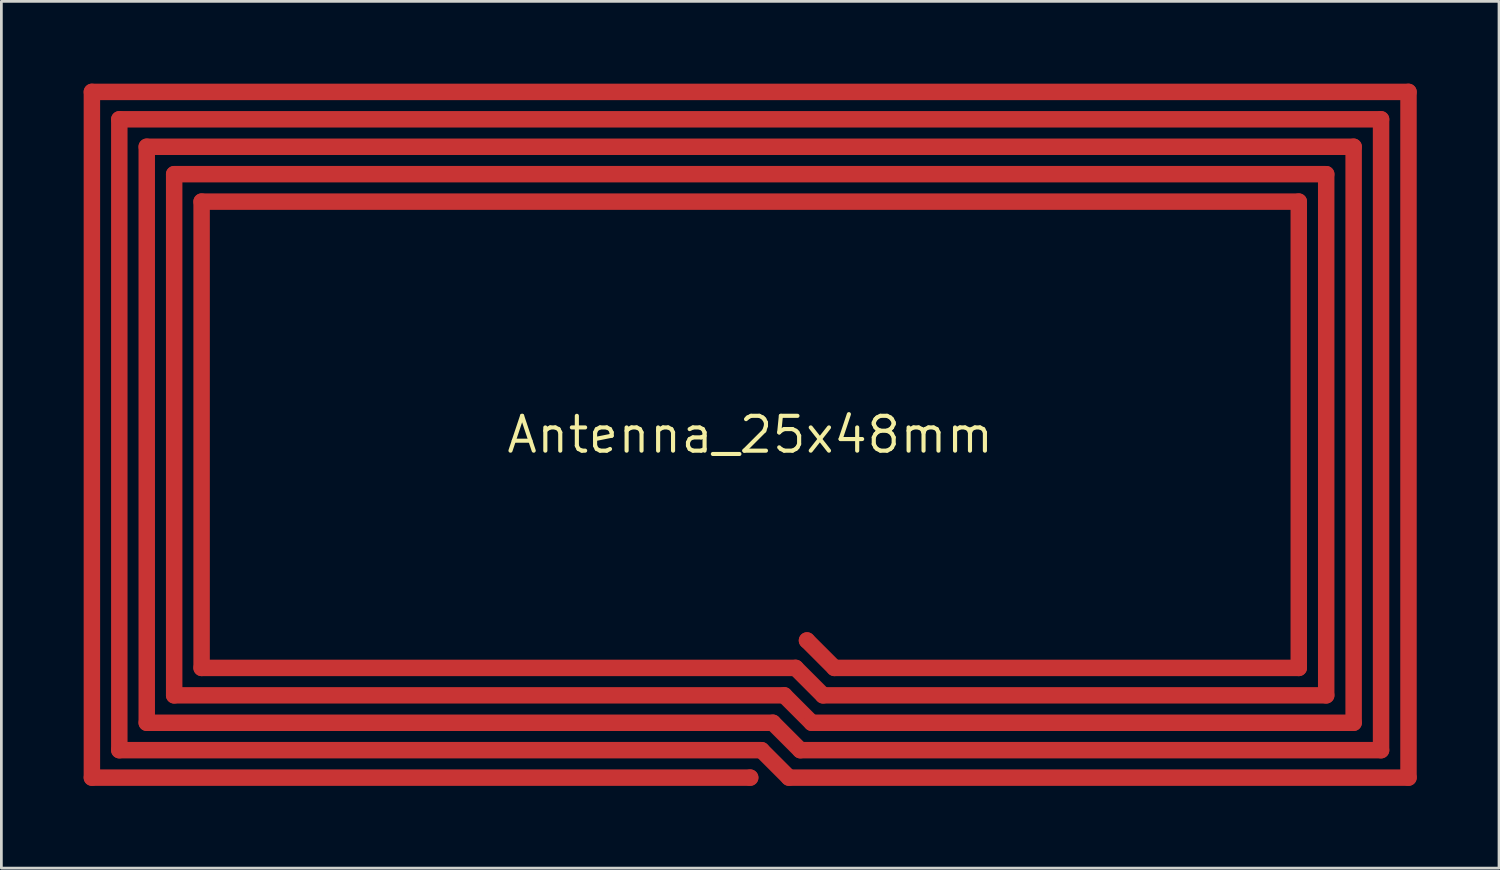
<source format=kicad_pcb>
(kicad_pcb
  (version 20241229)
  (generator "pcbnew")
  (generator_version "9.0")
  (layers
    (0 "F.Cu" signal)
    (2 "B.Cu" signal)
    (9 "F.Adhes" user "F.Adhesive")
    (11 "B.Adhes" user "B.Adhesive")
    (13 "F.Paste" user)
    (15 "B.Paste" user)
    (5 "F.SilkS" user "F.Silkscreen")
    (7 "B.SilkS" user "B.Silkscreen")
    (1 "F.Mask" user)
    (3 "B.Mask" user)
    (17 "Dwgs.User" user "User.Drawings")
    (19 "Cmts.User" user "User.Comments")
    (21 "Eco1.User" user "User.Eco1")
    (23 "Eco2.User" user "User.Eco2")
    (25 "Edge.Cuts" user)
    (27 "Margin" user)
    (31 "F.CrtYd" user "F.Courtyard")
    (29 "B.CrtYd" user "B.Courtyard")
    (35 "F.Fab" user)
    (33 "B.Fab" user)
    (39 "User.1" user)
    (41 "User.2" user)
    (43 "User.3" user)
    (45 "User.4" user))
  (footprint "Antenna_25x48mm"
    (layer "F.Cu")
    (at 24.3 12.8)
    (property "Reference" "Antenna_25x48mm" (at 0 0 0) (layer "F.SilkS") (effects (font (size 1.27 1.27) (thickness 0.15))))
    (fp_line (start -24 -12.5) (end 24 -12.5) (stroke (width 0.6) (type default)) (layer "F.Cu"))
    (fp_line (start -24 12.5) (end -24 -12.5) (stroke (width 0.6) (type default)) (layer "F.Cu"))
    (fp_line (start -23 -11.5) (end 23 -11.5) (stroke (width 0.6) (type default)) (layer "F.Cu"))
    (fp_line (start -23 11.5) (end -23 -11.5) (stroke (width 0.6) (type default)) (layer "F.Cu"))
    (fp_line (start -22 -10.5) (end 22 -10.5) (stroke (width 0.6) (type default)) (layer "F.Cu"))
    (fp_line (start -22 10.5) (end -22 -10.5) (stroke (width 0.6) (type default)) (layer "F.Cu"))
    (fp_line (start -21 -9.5) (end 21 -9.5) (stroke (width 0.6) (type default)) (layer "F.Cu"))
    (fp_line (start -21 9.5) (end -21 -9.5) (stroke (width 0.6) (type default)) (layer "F.Cu"))
    (fp_line (start -20 -8.5) (end 20 -8.5) (stroke (width 0.6) (type default)) (layer "F.Cu"))
    (fp_line (start -20 8.5) (end -20 -8.5) (stroke (width 0.6) (type default)) (layer "F.Cu"))
    (fp_line (start 0 12.5) (end -24 12.5) (stroke (width 0.6) (type default)) (layer "F.Cu"))
    (fp_line (start 0.414 11.5) (end -23 11.5) (stroke (width 0.6) (type default)) (layer "F.Cu"))
    (fp_line (start 0.828 10.5) (end -22 10.5) (stroke (width 0.6) (type default)) (layer "F.Cu"))
    (fp_line (start 1.243 9.5) (end -21 9.5) (stroke (width 0.6) (type default)) (layer "F.Cu"))
    (fp_line (start 1.414 12.5) (end 0.414 11.5) (stroke (width 0.6) (type default)) (layer "F.Cu"))
    (fp_line (start 1.657 8.5) (end -20 8.5) (stroke (width 0.6) (type default)) (layer "F.Cu"))
    (fp_line (start 1.828 11.5) (end 0.828 10.5) (stroke (width 0.6) (type default)) (layer "F.Cu"))
    (fp_line (start 2.243 10.5) (end 1.243 9.5) (stroke (width 0.6) (type default)) (layer "F.Cu"))
    (fp_line (start 2.657 9.5) (end 1.657 8.5) (stroke (width 0.6) (type default)) (layer "F.Cu"))
    (fp_line (start 3.071 8.5) (end 2.071 7.5) (stroke (width 0.6) (type default)) (layer "F.Cu"))
    (fp_line (start 20 -8.5) (end 20 8.5) (stroke (width 0.6) (type default)) (layer "F.Cu"))
    (fp_line (start 20 8.5) (end 3.071 8.5) (stroke (width 0.6) (type default)) (layer "F.Cu"))
    (fp_line (start 21 -9.5) (end 21 9.5) (stroke (width 0.6) (type default)) (layer "F.Cu"))
    (fp_line (start 21 9.5) (end 2.657 9.5) (stroke (width 0.6) (type default)) (layer "F.Cu"))
    (fp_line (start 22 -10.5) (end 22 10.5) (stroke (width 0.6) (type default)) (layer "F.Cu"))
    (fp_line (start 22 10.5) (end 2.243 10.5) (stroke (width 0.6) (type default)) (layer "F.Cu"))
    (fp_line (start 23 -11.5) (end 23 11.5) (stroke (width 0.6) (type default)) (layer "F.Cu"))
    (fp_line (start 23 11.5) (end 1.828 11.5) (stroke (width 0.6) (type default)) (layer "F.Cu"))
    (fp_line (start 24 -12.5) (end 24 12.5) (stroke (width 0.6) (type default)) (layer "F.Cu"))
    (fp_line (start 24 12.5) (end 1.414 12.5) (stroke (width 0.6) (type default)) (layer "F.Cu"))
    (pad "1" smd circle (at 2.071 7.5 90) (size 0.6 0.6) (layers "F.Cu"))
    (pad "2" smd circle (at 0 12.5) (size 0.6 0.6) (layers "F.Cu")))
  (gr_rect
    (start -3 -3)
    (end 51.6 28.6)
    (stroke (width 0.1) (type default))
    (fill no)
    (layer "Edge.Cuts")))
</source>
